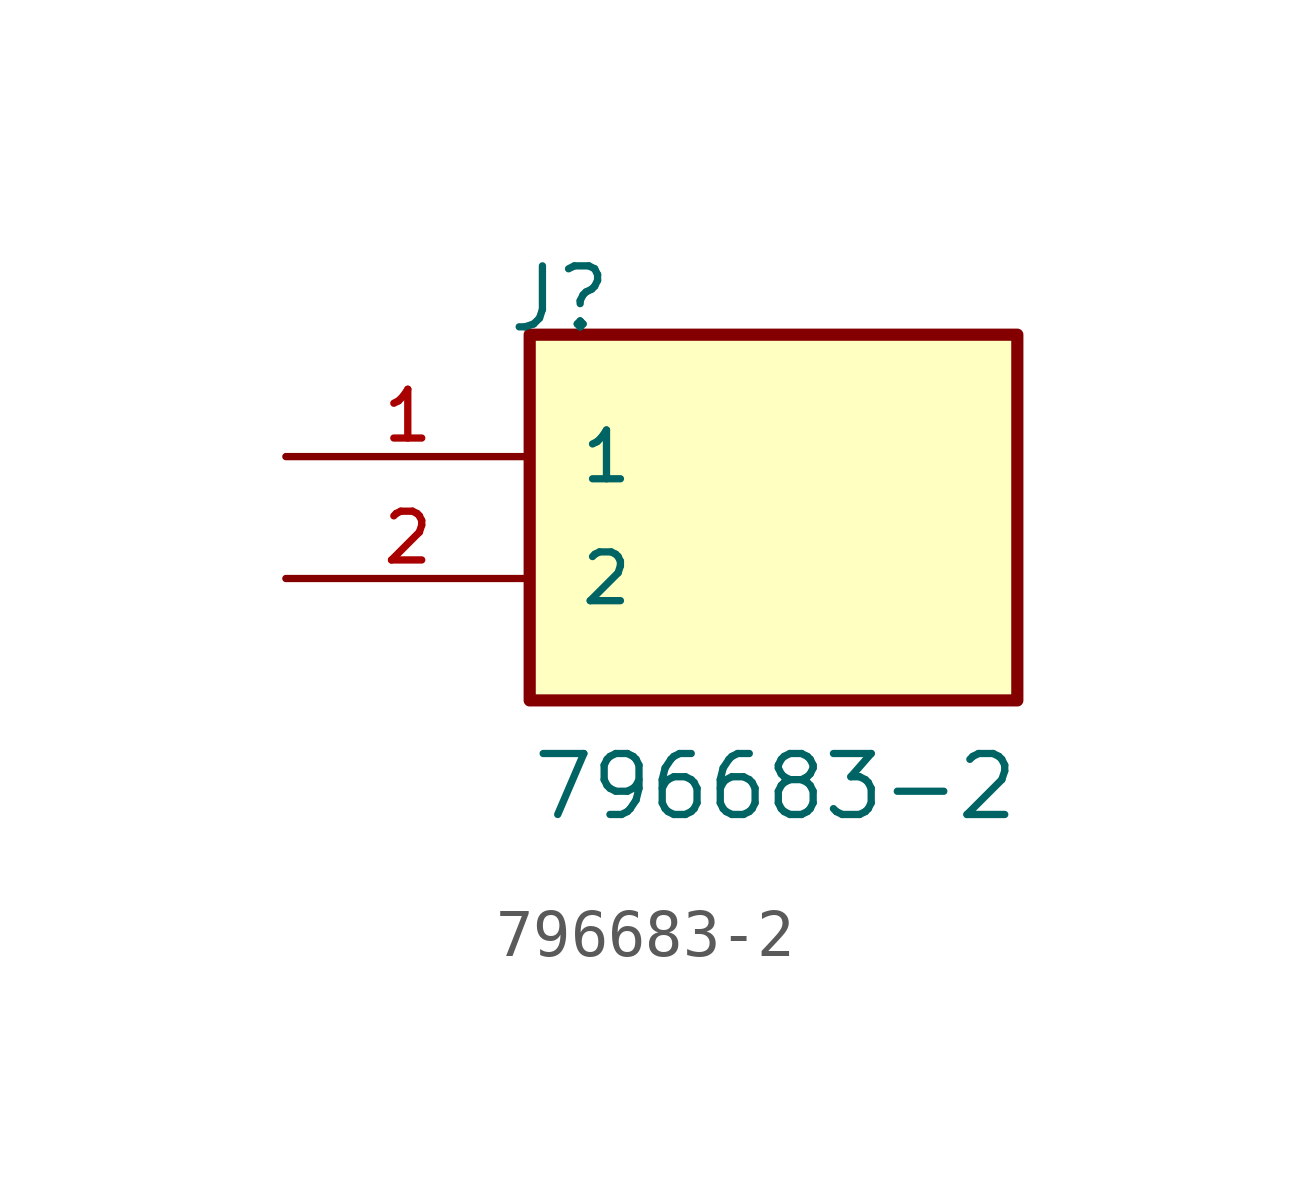
<source format=kicad_sym>
(kicad_symbol_lib
  (version 20211014)
  (generator kicad_symbol_editor)
  (symbol "796683-2"
    (pin_names
      (offset 1.016))
    (property "Reference" "J"
      (at -5.58 5.08 0)
      (effects (font (size 1.27 1.27)) (justify bottom left)))
    (property "Value" "796683-2"
      (at -5.08 -5.08 0)
      (effects (font (size 1.27 1.27)) (justify bottom left)))
    (symbol "796683-2_0_0"
      (rectangle (start -5.08 -2.54) (end 5.08 5.08) (stroke (width 0.254)) (fill (type background)))
      (pin passive line (at -10.16 2.54 0) (length 5.08) (name "1" (effects (font (size 1.016 1.016)))) (number "1" (effects (font (size 1.016 1.016)))))
      (pin passive line (at -10.16 0.0 0) (length 5.08) (name "2" (effects (font (size 1.016 1.016)))) (number "2" (effects (font (size 1.016 1.016))))))))
</source>
